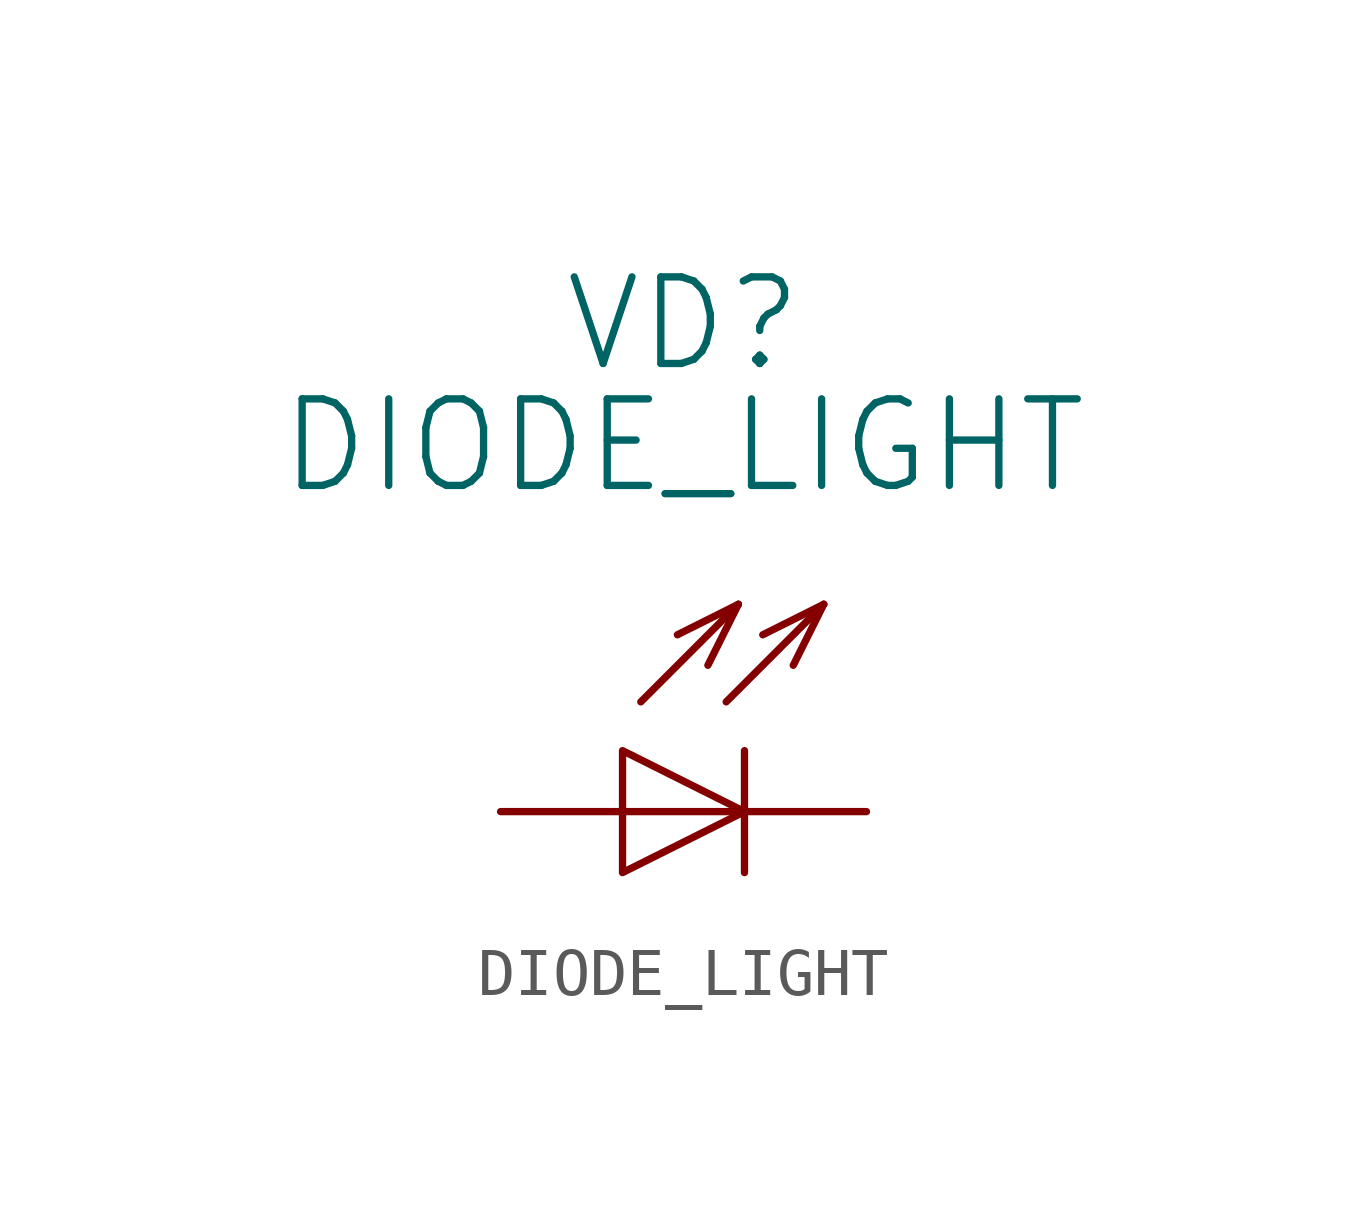
<source format=kicad_sym>
(kicad_symbol_lib
  (version 20211014)
  (generator kicad_symbol_editor)
  (symbol "DIODE_LIGHT"
    (pin_numbers hide)
    (pin_names
      (offset 1.016))
    (property "Reference" "VD"
      (at 3.81 10.16 0)
      (effects (font (size 1.803 1.803))))
    (property "Value" "DIODE_LIGHT"
      (at 3.81 7.62 0)
      (effects (font (size 1.803 1.803))))
    (property "Footprint" ""
      (at 0 0 0)
      (effects (font (size 1.524 1.524))))
    (property "Datasheet" ""
      (at 0 0 0)
      (effects (font (size 1.524 1.524))))
    (symbol "DIODE_LIGHT_0_1"
      (polyline (pts (xy 4.953 4.318) (xy 2.921 2.286)) (stroke (width 0) (type default) (color 0 0 0 0)) (fill (type none)))
      (polyline (pts (xy 4.953 4.318) (xy 3.683 3.683)) (stroke (width 0) (type default) (color 0 0 0 0)) (fill (type none)))
      (polyline (pts (xy 4.953 4.318) (xy 4.318 3.048)) (stroke (width 0) (type default) (color 0 0 0 0)) (fill (type none)))
      (polyline (pts (xy 5.08 1.27) (xy 5.08 -1.27)) (stroke (width 0) (type default) (color 0 0 0 0)) (fill (type none)))
      (polyline (pts (xy 6.731 4.318) (xy 4.699 2.286)) (stroke (width 0) (type default) (color 0 0 0 0)) (fill (type none)))
      (polyline (pts (xy 6.731 4.318) (xy 5.461 3.683)) (stroke (width 0) (type default) (color 0 0 0 0)) (fill (type none)))
      (polyline (pts (xy 6.731 4.318) (xy 6.096 3.048)) (stroke (width 0) (type default) (color 0 0 0 0)) (fill (type none)))
      (polyline (pts (xy 2.54 0) (xy 5.08 0) (xy 5.08 0)) (stroke (width 0) (type default) (color 0 0 0 0)) (fill (type none)))
      (polyline (pts (xy 2.54 1.27) (xy 2.54 -1.27) (xy 5.08 0) (xy 2.54 1.27)) (stroke (width 0) (type default) (color 0 0 0 0)) (fill (type none))))
    (symbol "DIODE_LIGHT_1_1"
      (pin passive line (at 0 0 0) (length 2.54) (name "~" (effects (font (size 1.27 1.27)))) (number "1" (effects (font (size 1.27 1.27)))))
      (pin passive line (at 7.62 0 180) (length 2.54) (name "~" (effects (font (size 1.27 1.27)))) (number "2" (effects (font (size 1.27 1.27))))))))
</source>
